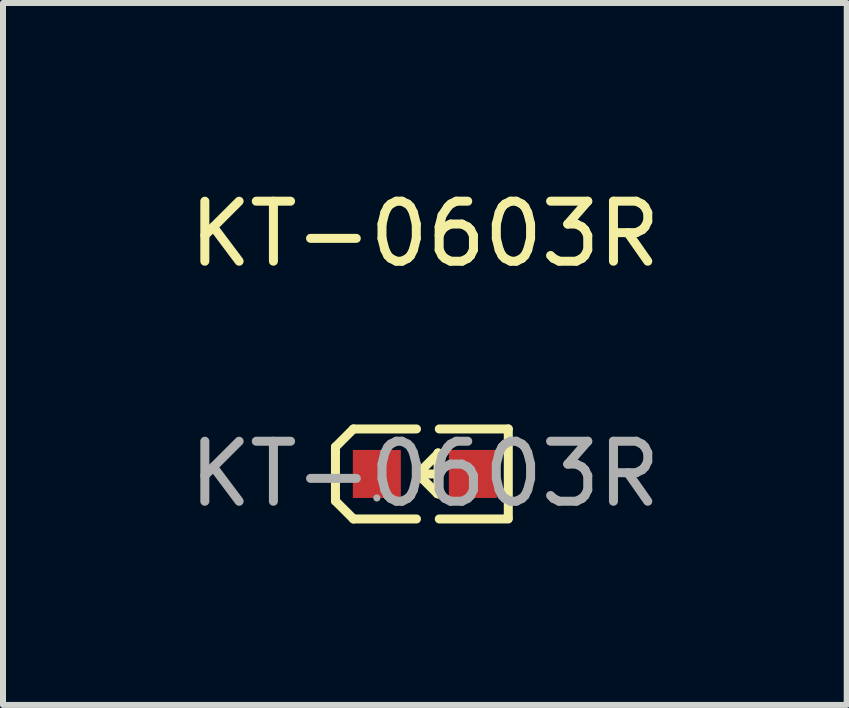
<source format=kicad_pcb>
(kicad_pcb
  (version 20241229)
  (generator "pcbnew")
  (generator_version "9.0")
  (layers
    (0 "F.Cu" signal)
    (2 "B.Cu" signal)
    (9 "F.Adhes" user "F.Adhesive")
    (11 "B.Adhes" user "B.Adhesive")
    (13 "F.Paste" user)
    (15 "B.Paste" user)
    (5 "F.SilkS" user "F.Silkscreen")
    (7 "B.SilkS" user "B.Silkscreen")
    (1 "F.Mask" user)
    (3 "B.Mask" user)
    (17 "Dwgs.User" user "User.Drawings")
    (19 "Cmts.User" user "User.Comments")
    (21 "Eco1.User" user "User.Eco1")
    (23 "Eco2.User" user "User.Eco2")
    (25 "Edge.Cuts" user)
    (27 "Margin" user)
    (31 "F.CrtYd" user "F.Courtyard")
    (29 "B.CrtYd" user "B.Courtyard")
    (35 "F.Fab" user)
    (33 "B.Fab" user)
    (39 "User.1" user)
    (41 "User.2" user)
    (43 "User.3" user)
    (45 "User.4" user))
  (footprint "KT-0603R"
    (layer "F.Cu")
    (at 4.03 4.848)
    (property "Reference" "KT-0603R" (at 0 -4 0) (layer "F.SilkS") (effects (font (size 1 1) (thickness 0.15))))
    (attr smd)
    (fp_line (start -1.49 -0.45) (end -1.19 -0.75) (stroke (width 0.15) (type solid)) (layer "F.SilkS"))
    (fp_line (start -1.49 -0.35) (end -1.49 -0.45) (stroke (width 0.15) (type solid)) (layer "F.SilkS"))
    (fp_line (start -1.49 -0.35) (end -1.49 0.35) (stroke (width 0.15) (type solid)) (layer "F.SilkS"))
    (fp_line (start -1.49 0.35) (end -1.49 0.45) (stroke (width 0.15) (type solid)) (layer "F.SilkS"))
    (fp_line (start -1.49 0.45) (end -1.19 0.75) (stroke (width 0.15) (type solid)) (layer "F.SilkS"))
    (fp_line (start -0.14 -0.75) (end -1.19 -0.75) (stroke (width 0.15) (type solid)) (layer "F.SilkS"))
    (fp_line (start -0.14 0.75) (end -1.19 0.75) (stroke (width 0.15) (type solid)) (layer "F.SilkS"))
    (fp_line (start 0.21 0.33) (end -0.12 0) (stroke (width 0.15) (type solid)) (layer "F.SilkS"))
    (fp_line (start 0.22 -0.35) (end 0.22 -0.34) (stroke (width 0.15) (type solid)) (layer "F.SilkS"))
    (fp_line (start 0.22 -0.35) (end 0.22 0.33) (stroke (width 0.15) (type solid)) (layer "F.SilkS"))
    (fp_line (start 0.22 -0.34) (end -0.12 0) (stroke (width 0.15) (type solid)) (layer "F.SilkS"))
    (fp_line (start 0.22 0) (end -0.12 0) (stroke (width 0.15) (type solid)) (layer "F.SilkS"))
    (fp_line (start 0.22 0.33) (end 0.21 0.33) (stroke (width 0.15) (type solid)) (layer "F.SilkS"))
    (fp_line (start 0.24 -0.75) (end 1.39 -0.75) (stroke (width 0.15) (type solid)) (layer "F.SilkS"))
    (fp_line (start 0.24 0.75) (end 1.39 0.75) (stroke (width 0.15) (type solid)) (layer "F.SilkS"))
    (fp_line (start 1.39 -0.75) (end 1.39 0.73) (stroke (width 0.15) (type solid)) (layer "F.SilkS"))
    (fp_circle (center -0.8 0.4) (end -0.77 0.4) (stroke (width 0.06) (type solid)) (fill no) (layer "F.Fab"))
    (fp_text user "${REFERENCE}" (at 0 0 0) (layer "F.Fab") (effects (font (size 1 1) (thickness 0.15))))
    (pad "1" smd rect (at -0.8 0 90) (size 0.8 0.8) (layers "F.Cu" "F.Mask" "F.Paste"))
    (pad "2" smd rect (at 0.8 0 90) (size 0.8 0.8) (layers "F.Cu" "F.Mask" "F.Paste")))
  (gr_rect
    (start -3 -3)
    (end 11.06 8.697)
    (stroke (width 0.1) (type default))
    (fill no)
    (layer "Edge.Cuts")))
</source>
